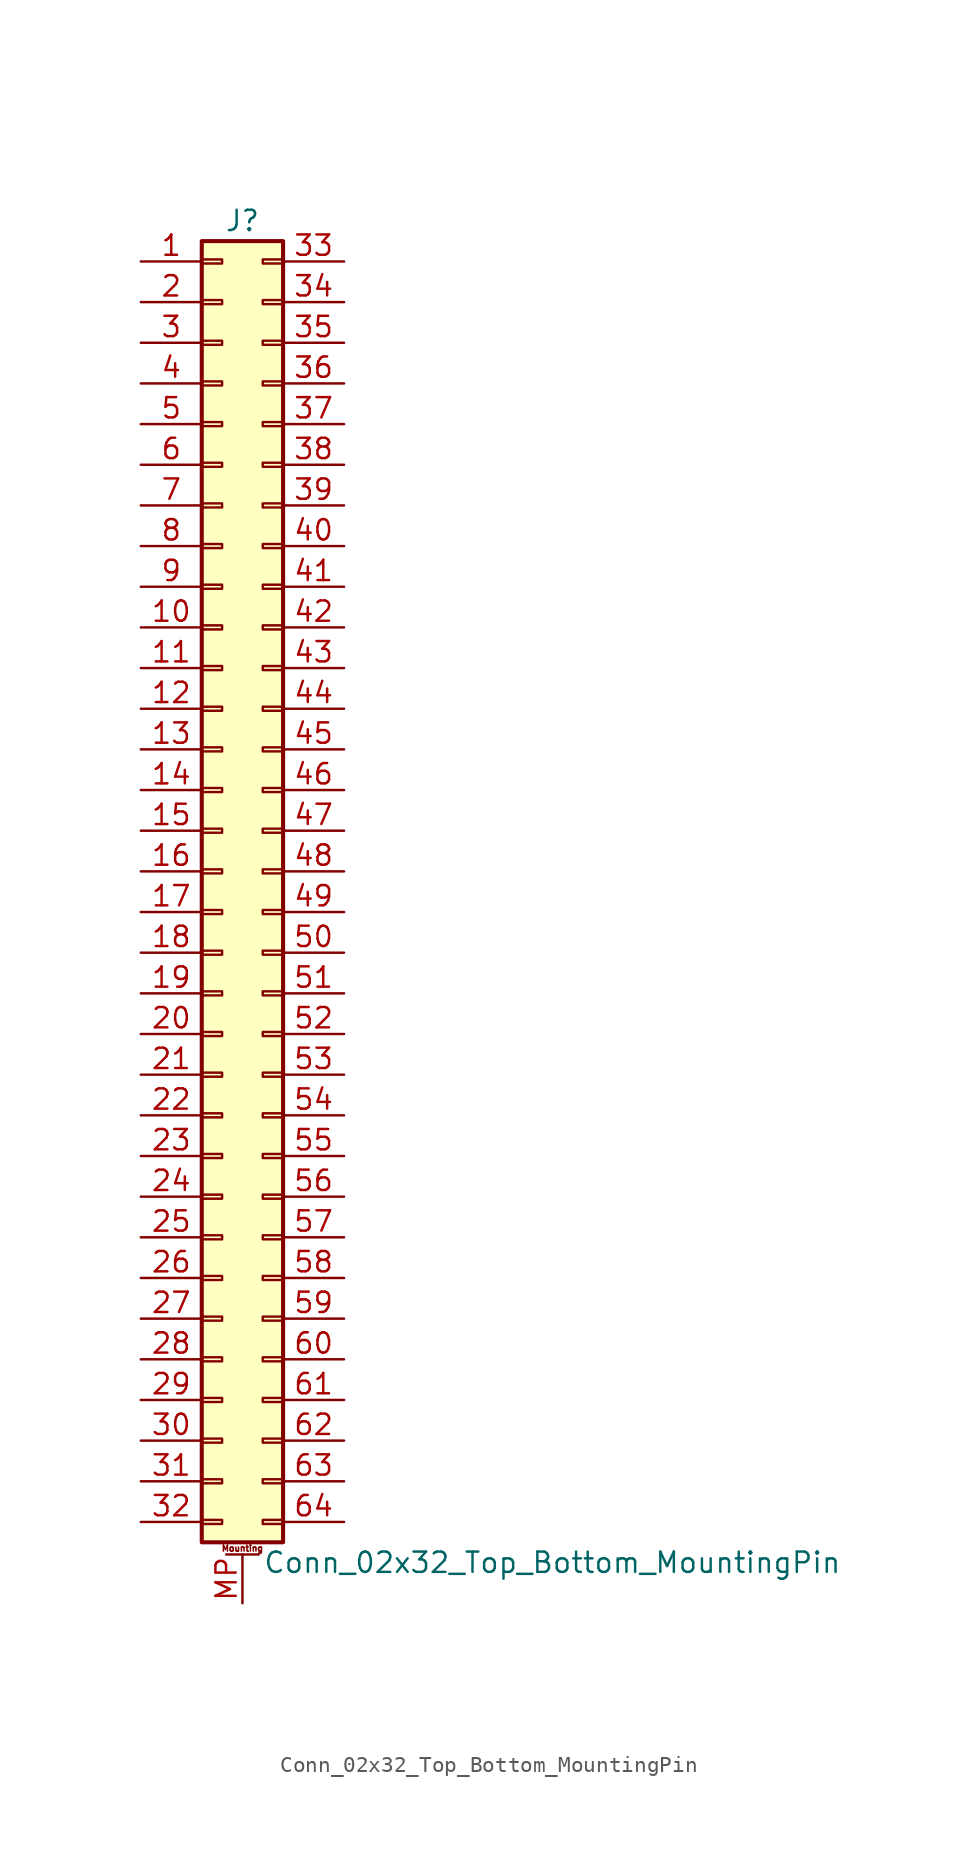
<source format=kicad_sym>
(kicad_symbol_lib
  (version 20211014)
  (generator kicad_symbol_editor)
  (symbol "Conn_02x32_Top_Bottom_MountingPin"
    (pin_names
      (offset 1.016) hide)
    (property "Reference" "J"
      (at 1.27 40.64 0)
      (effects (font (size 1.27 1.27))))
    (property "Value" "Conn_02x32_Top_Bottom_MountingPin"
      (at 2.54 -43.18 0)
      (effects (font (size 1.27 1.27)) (justify left)))
    (symbol "Conn_02x32_Top_Bottom_MountingPin_1_1"
      (rectangle (start -1.27 -40.513) (end 0 -40.767) (stroke (width 0.152) (type default) (color 0 0 0 0)) (fill (type none)))
      (rectangle (start -1.27 -37.973) (end 0 -38.227) (stroke (width 0.152) (type default) (color 0 0 0 0)) (fill (type none)))
      (rectangle (start -1.27 -35.433) (end 0 -35.687) (stroke (width 0.152) (type default) (color 0 0 0 0)) (fill (type none)))
      (rectangle (start -1.27 -32.893) (end 0 -33.147) (stroke (width 0.152) (type default) (color 0 0 0 0)) (fill (type none)))
      (rectangle (start -1.27 -30.353) (end 0 -30.607) (stroke (width 0.152) (type default) (color 0 0 0 0)) (fill (type none)))
      (rectangle (start -1.27 -27.813) (end 0 -28.067) (stroke (width 0.152) (type default) (color 0 0 0 0)) (fill (type none)))
      (rectangle (start -1.27 -25.273) (end 0 -25.527) (stroke (width 0.152) (type default) (color 0 0 0 0)) (fill (type none)))
      (rectangle (start -1.27 -22.733) (end 0 -22.987) (stroke (width 0.152) (type default) (color 0 0 0 0)) (fill (type none)))
      (rectangle (start -1.27 -20.193) (end 0 -20.447) (stroke (width 0.152) (type default) (color 0 0 0 0)) (fill (type none)))
      (rectangle (start -1.27 -17.653) (end 0 -17.907) (stroke (width 0.152) (type default) (color 0 0 0 0)) (fill (type none)))
      (rectangle (start -1.27 -15.113) (end 0 -15.367) (stroke (width 0.152) (type default) (color 0 0 0 0)) (fill (type none)))
      (rectangle (start -1.27 -12.573) (end 0 -12.827) (stroke (width 0.152) (type default) (color 0 0 0 0)) (fill (type none)))
      (rectangle (start -1.27 -10.033) (end 0 -10.287) (stroke (width 0.152) (type default) (color 0 0 0 0)) (fill (type none)))
      (rectangle (start -1.27 -7.493) (end 0 -7.747) (stroke (width 0.152) (type default) (color 0 0 0 0)) (fill (type none)))
      (rectangle (start -1.27 -4.953) (end 0 -5.207) (stroke (width 0.152) (type default) (color 0 0 0 0)) (fill (type none)))
      (rectangle (start -1.27 -2.413) (end 0 -2.667) (stroke (width 0.152) (type default) (color 0 0 0 0)) (fill (type none)))
      (rectangle (start -1.27 0.127) (end 0 -0.127) (stroke (width 0.152) (type default) (color 0 0 0 0)) (fill (type none)))
      (rectangle (start -1.27 2.667) (end 0 2.413) (stroke (width 0.152) (type default) (color 0 0 0 0)) (fill (type none)))
      (rectangle (start -1.27 5.207) (end 0 4.953) (stroke (width 0.152) (type default) (color 0 0 0 0)) (fill (type none)))
      (rectangle (start -1.27 7.747) (end 0 7.493) (stroke (width 0.152) (type default) (color 0 0 0 0)) (fill (type none)))
      (rectangle (start -1.27 10.287) (end 0 10.033) (stroke (width 0.152) (type default) (color 0 0 0 0)) (fill (type none)))
      (rectangle (start -1.27 12.827) (end 0 12.573) (stroke (width 0.152) (type default) (color 0 0 0 0)) (fill (type none)))
      (rectangle (start -1.27 15.367) (end 0 15.113) (stroke (width 0.152) (type default) (color 0 0 0 0)) (fill (type none)))
      (rectangle (start -1.27 17.907) (end 0 17.653) (stroke (width 0.152) (type default) (color 0 0 0 0)) (fill (type none)))
      (rectangle (start -1.27 20.447) (end 0 20.193) (stroke (width 0.152) (type default) (color 0 0 0 0)) (fill (type none)))
      (rectangle (start -1.27 22.987) (end 0 22.733) (stroke (width 0.152) (type default) (color 0 0 0 0)) (fill (type none)))
      (rectangle (start -1.27 25.527) (end 0 25.273) (stroke (width 0.152) (type default) (color 0 0 0 0)) (fill (type none)))
      (rectangle (start -1.27 28.067) (end 0 27.813) (stroke (width 0.152) (type default) (color 0 0 0 0)) (fill (type none)))
      (rectangle (start -1.27 30.607) (end 0 30.353) (stroke (width 0.152) (type default) (color 0 0 0 0)) (fill (type none)))
      (rectangle (start -1.27 33.147) (end 0 32.893) (stroke (width 0.152) (type default) (color 0 0 0 0)) (fill (type none)))
      (rectangle (start -1.27 35.687) (end 0 35.433) (stroke (width 0.152) (type default) (color 0 0 0 0)) (fill (type none)))
      (rectangle (start -1.27 38.227) (end 0 37.973) (stroke (width 0.152) (type default) (color 0 0 0 0)) (fill (type none)))
      (rectangle (start -1.27 39.37) (end 3.81 -41.91) (stroke (width 0.254) (type default) (color 0 0 0 0)) (fill (type background)))
      (polyline (pts (xy 0.254 -42.672) (xy 2.286 -42.672)) (stroke (width 0.152) (type default) (color 0 0 0 0)) (fill (type none)))
      (rectangle (start 3.81 -40.513) (end 2.54 -40.767) (stroke (width 0.152) (type default) (color 0 0 0 0)) (fill (type none)))
      (rectangle (start 3.81 -37.973) (end 2.54 -38.227) (stroke (width 0.152) (type default) (color 0 0 0 0)) (fill (type none)))
      (rectangle (start 3.81 -35.433) (end 2.54 -35.687) (stroke (width 0.152) (type default) (color 0 0 0 0)) (fill (type none)))
      (rectangle (start 3.81 -32.893) (end 2.54 -33.147) (stroke (width 0.152) (type default) (color 0 0 0 0)) (fill (type none)))
      (rectangle (start 3.81 -30.353) (end 2.54 -30.607) (stroke (width 0.152) (type default) (color 0 0 0 0)) (fill (type none)))
      (rectangle (start 3.81 -27.813) (end 2.54 -28.067) (stroke (width 0.152) (type default) (color 0 0 0 0)) (fill (type none)))
      (rectangle (start 3.81 -25.273) (end 2.54 -25.527) (stroke (width 0.152) (type default) (color 0 0 0 0)) (fill (type none)))
      (rectangle (start 3.81 -22.733) (end 2.54 -22.987) (stroke (width 0.152) (type default) (color 0 0 0 0)) (fill (type none)))
      (rectangle (start 3.81 -20.193) (end 2.54 -20.447) (stroke (width 0.152) (type default) (color 0 0 0 0)) (fill (type none)))
      (rectangle (start 3.81 -17.653) (end 2.54 -17.907) (stroke (width 0.152) (type default) (color 0 0 0 0)) (fill (type none)))
      (rectangle (start 3.81 -15.113) (end 2.54 -15.367) (stroke (width 0.152) (type default) (color 0 0 0 0)) (fill (type none)))
      (rectangle (start 3.81 -12.573) (end 2.54 -12.827) (stroke (width 0.152) (type default) (color 0 0 0 0)) (fill (type none)))
      (rectangle (start 3.81 -10.033) (end 2.54 -10.287) (stroke (width 0.152) (type default) (color 0 0 0 0)) (fill (type none)))
      (rectangle (start 3.81 -7.493) (end 2.54 -7.747) (stroke (width 0.152) (type default) (color 0 0 0 0)) (fill (type none)))
      (rectangle (start 3.81 -4.953) (end 2.54 -5.207) (stroke (width 0.152) (type default) (color 0 0 0 0)) (fill (type none)))
      (rectangle (start 3.81 -2.413) (end 2.54 -2.667) (stroke (width 0.152) (type default) (color 0 0 0 0)) (fill (type none)))
      (rectangle (start 3.81 0.127) (end 2.54 -0.127) (stroke (width 0.152) (type default) (color 0 0 0 0)) (fill (type none)))
      (rectangle (start 3.81 2.667) (end 2.54 2.413) (stroke (width 0.152) (type default) (color 0 0 0 0)) (fill (type none)))
      (rectangle (start 3.81 5.207) (end 2.54 4.953) (stroke (width 0.152) (type default) (color 0 0 0 0)) (fill (type none)))
      (rectangle (start 3.81 7.747) (end 2.54 7.493) (stroke (width 0.152) (type default) (color 0 0 0 0)) (fill (type none)))
      (rectangle (start 3.81 10.287) (end 2.54 10.033) (stroke (width 0.152) (type default) (color 0 0 0 0)) (fill (type none)))
      (rectangle (start 3.81 12.827) (end 2.54 12.573) (stroke (width 0.152) (type default) (color 0 0 0 0)) (fill (type none)))
      (rectangle (start 3.81 15.367) (end 2.54 15.113) (stroke (width 0.152) (type default) (color 0 0 0 0)) (fill (type none)))
      (rectangle (start 3.81 17.907) (end 2.54 17.653) (stroke (width 0.152) (type default) (color 0 0 0 0)) (fill (type none)))
      (rectangle (start 3.81 20.447) (end 2.54 20.193) (stroke (width 0.152) (type default) (color 0 0 0 0)) (fill (type none)))
      (rectangle (start 3.81 22.987) (end 2.54 22.733) (stroke (width 0.152) (type default) (color 0 0 0 0)) (fill (type none)))
      (rectangle (start 3.81 25.527) (end 2.54 25.273) (stroke (width 0.152) (type default) (color 0 0 0 0)) (fill (type none)))
      (rectangle (start 3.81 28.067) (end 2.54 27.813) (stroke (width 0.152) (type default) (color 0 0 0 0)) (fill (type none)))
      (rectangle (start 3.81 30.607) (end 2.54 30.353) (stroke (width 0.152) (type default) (color 0 0 0 0)) (fill (type none)))
      (rectangle (start 3.81 33.147) (end 2.54 32.893) (stroke (width 0.152) (type default) (color 0 0 0 0)) (fill (type none)))
      (rectangle (start 3.81 35.687) (end 2.54 35.433) (stroke (width 0.152) (type default) (color 0 0 0 0)) (fill (type none)))
      (rectangle (start 3.81 38.227) (end 2.54 37.973) (stroke (width 0.152) (type default) (color 0 0 0 0)) (fill (type none)))
      (text "Mounting" (at 1.27 -42.291 0) (effects (font (size 0.381 0.381))))
      (pin passive line (at -5.08 38.1 0) (length 3.81) (name "Pin_1" (effects (font (size 1.27 1.27)))) (number "1" (effects (font (size 1.27 1.27)))))
      (pin passive line (at -5.08 15.24 0) (length 3.81) (name "Pin_10" (effects (font (size 1.27 1.27)))) (number "10" (effects (font (size 1.27 1.27)))))
      (pin passive line (at -5.08 12.7 0) (length 3.81) (name "Pin_11" (effects (font (size 1.27 1.27)))) (number "11" (effects (font (size 1.27 1.27)))))
      (pin passive line (at -5.08 10.16 0) (length 3.81) (name "Pin_12" (effects (font (size 1.27 1.27)))) (number "12" (effects (font (size 1.27 1.27)))))
      (pin passive line (at -5.08 7.62 0) (length 3.81) (name "Pin_13" (effects (font (size 1.27 1.27)))) (number "13" (effects (font (size 1.27 1.27)))))
      (pin passive line (at -5.08 5.08 0) (length 3.81) (name "Pin_14" (effects (font (size 1.27 1.27)))) (number "14" (effects (font (size 1.27 1.27)))))
      (pin passive line (at -5.08 2.54 0) (length 3.81) (name "Pin_15" (effects (font (size 1.27 1.27)))) (number "15" (effects (font (size 1.27 1.27)))))
      (pin passive line (at -5.08 0 0) (length 3.81) (name "Pin_16" (effects (font (size 1.27 1.27)))) (number "16" (effects (font (size 1.27 1.27)))))
      (pin passive line (at -5.08 -2.54 0) (length 3.81) (name "Pin_17" (effects (font (size 1.27 1.27)))) (number "17" (effects (font (size 1.27 1.27)))))
      (pin passive line (at -5.08 -5.08 0) (length 3.81) (name "Pin_18" (effects (font (size 1.27 1.27)))) (number "18" (effects (font (size 1.27 1.27)))))
      (pin passive line (at -5.08 -7.62 0) (length 3.81) (name "Pin_19" (effects (font (size 1.27 1.27)))) (number "19" (effects (font (size 1.27 1.27)))))
      (pin passive line (at -5.08 35.56 0) (length 3.81) (name "Pin_2" (effects (font (size 1.27 1.27)))) (number "2" (effects (font (size 1.27 1.27)))))
      (pin passive line (at -5.08 -10.16 0) (length 3.81) (name "Pin_20" (effects (font (size 1.27 1.27)))) (number "20" (effects (font (size 1.27 1.27)))))
      (pin passive line (at -5.08 -12.7 0) (length 3.81) (name "Pin_21" (effects (font (size 1.27 1.27)))) (number "21" (effects (font (size 1.27 1.27)))))
      (pin passive line (at -5.08 -15.24 0) (length 3.81) (name "Pin_22" (effects (font (size 1.27 1.27)))) (number "22" (effects (font (size 1.27 1.27)))))
      (pin passive line (at -5.08 -17.78 0) (length 3.81) (name "Pin_23" (effects (font (size 1.27 1.27)))) (number "23" (effects (font (size 1.27 1.27)))))
      (pin passive line (at -5.08 -20.32 0) (length 3.81) (name "Pin_24" (effects (font (size 1.27 1.27)))) (number "24" (effects (font (size 1.27 1.27)))))
      (pin passive line (at -5.08 -22.86 0) (length 3.81) (name "Pin_25" (effects (font (size 1.27 1.27)))) (number "25" (effects (font (size 1.27 1.27)))))
      (pin passive line (at -5.08 -25.4 0) (length 3.81) (name "Pin_26" (effects (font (size 1.27 1.27)))) (number "26" (effects (font (size 1.27 1.27)))))
      (pin passive line (at -5.08 -27.94 0) (length 3.81) (name "Pin_27" (effects (font (size 1.27 1.27)))) (number "27" (effects (font (size 1.27 1.27)))))
      (pin passive line (at -5.08 -30.48 0) (length 3.81) (name "Pin_28" (effects (font (size 1.27 1.27)))) (number "28" (effects (font (size 1.27 1.27)))))
      (pin passive line (at -5.08 -33.02 0) (length 3.81) (name "Pin_29" (effects (font (size 1.27 1.27)))) (number "29" (effects (font (size 1.27 1.27)))))
      (pin passive line (at -5.08 33.02 0) (length 3.81) (name "Pin_3" (effects (font (size 1.27 1.27)))) (number "3" (effects (font (size 1.27 1.27)))))
      (pin passive line (at -5.08 -35.56 0) (length 3.81) (name "Pin_30" (effects (font (size 1.27 1.27)))) (number "30" (effects (font (size 1.27 1.27)))))
      (pin passive line (at -5.08 -38.1 0) (length 3.81) (name "Pin_31" (effects (font (size 1.27 1.27)))) (number "31" (effects (font (size 1.27 1.27)))))
      (pin passive line (at -5.08 -40.64 0) (length 3.81) (name "Pin_32" (effects (font (size 1.27 1.27)))) (number "32" (effects (font (size 1.27 1.27)))))
      (pin passive line (at 7.62 38.1 180) (length 3.81) (name "Pin_33" (effects (font (size 1.27 1.27)))) (number "33" (effects (font (size 1.27 1.27)))))
      (pin passive line (at 7.62 35.56 180) (length 3.81) (name "Pin_34" (effects (font (size 1.27 1.27)))) (number "34" (effects (font (size 1.27 1.27)))))
      (pin passive line (at 7.62 33.02 180) (length 3.81) (name "Pin_35" (effects (font (size 1.27 1.27)))) (number "35" (effects (font (size 1.27 1.27)))))
      (pin passive line (at 7.62 30.48 180) (length 3.81) (name "Pin_36" (effects (font (size 1.27 1.27)))) (number "36" (effects (font (size 1.27 1.27)))))
      (pin passive line (at 7.62 27.94 180) (length 3.81) (name "Pin_37" (effects (font (size 1.27 1.27)))) (number "37" (effects (font (size 1.27 1.27)))))
      (pin passive line (at 7.62 25.4 180) (length 3.81) (name "Pin_38" (effects (font (size 1.27 1.27)))) (number "38" (effects (font (size 1.27 1.27)))))
      (pin passive line (at 7.62 22.86 180) (length 3.81) (name "Pin_39" (effects (font (size 1.27 1.27)))) (number "39" (effects (font (size 1.27 1.27)))))
      (pin passive line (at -5.08 30.48 0) (length 3.81) (name "Pin_4" (effects (font (size 1.27 1.27)))) (number "4" (effects (font (size 1.27 1.27)))))
      (pin passive line (at 7.62 20.32 180) (length 3.81) (name "Pin_40" (effects (font (size 1.27 1.27)))) (number "40" (effects (font (size 1.27 1.27)))))
      (pin passive line (at 7.62 17.78 180) (length 3.81) (name "Pin_41" (effects (font (size 1.27 1.27)))) (number "41" (effects (font (size 1.27 1.27)))))
      (pin passive line (at 7.62 15.24 180) (length 3.81) (name "Pin_42" (effects (font (size 1.27 1.27)))) (number "42" (effects (font (size 1.27 1.27)))))
      (pin passive line (at 7.62 12.7 180) (length 3.81) (name "Pin_43" (effects (font (size 1.27 1.27)))) (number "43" (effects (font (size 1.27 1.27)))))
      (pin passive line (at 7.62 10.16 180) (length 3.81) (name "Pin_44" (effects (font (size 1.27 1.27)))) (number "44" (effects (font (size 1.27 1.27)))))
      (pin passive line (at 7.62 7.62 180) (length 3.81) (name "Pin_45" (effects (font (size 1.27 1.27)))) (number "45" (effects (font (size 1.27 1.27)))))
      (pin passive line (at 7.62 5.08 180) (length 3.81) (name "Pin_46" (effects (font (size 1.27 1.27)))) (number "46" (effects (font (size 1.27 1.27)))))
      (pin passive line (at 7.62 2.54 180) (length 3.81) (name "Pin_47" (effects (font (size 1.27 1.27)))) (number "47" (effects (font (size 1.27 1.27)))))
      (pin passive line (at 7.62 0 180) (length 3.81) (name "Pin_48" (effects (font (size 1.27 1.27)))) (number "48" (effects (font (size 1.27 1.27)))))
      (pin passive line (at 7.62 -2.54 180) (length 3.81) (name "Pin_49" (effects (font (size 1.27 1.27)))) (number "49" (effects (font (size 1.27 1.27)))))
      (pin passive line (at -5.08 27.94 0) (length 3.81) (name "Pin_5" (effects (font (size 1.27 1.27)))) (number "5" (effects (font (size 1.27 1.27)))))
      (pin passive line (at 7.62 -5.08 180) (length 3.81) (name "Pin_50" (effects (font (size 1.27 1.27)))) (number "50" (effects (font (size 1.27 1.27)))))
      (pin passive line (at 7.62 -7.62 180) (length 3.81) (name "Pin_51" (effects (font (size 1.27 1.27)))) (number "51" (effects (font (size 1.27 1.27)))))
      (pin passive line (at 7.62 -10.16 180) (length 3.81) (name "Pin_52" (effects (font (size 1.27 1.27)))) (number "52" (effects (font (size 1.27 1.27)))))
      (pin passive line (at 7.62 -12.7 180) (length 3.81) (name "Pin_53" (effects (font (size 1.27 1.27)))) (number "53" (effects (font (size 1.27 1.27)))))
      (pin passive line (at 7.62 -15.24 180) (length 3.81) (name "Pin_54" (effects (font (size 1.27 1.27)))) (number "54" (effects (font (size 1.27 1.27)))))
      (pin passive line (at 7.62 -17.78 180) (length 3.81) (name "Pin_55" (effects (font (size 1.27 1.27)))) (number "55" (effects (font (size 1.27 1.27)))))
      (pin passive line (at 7.62 -20.32 180) (length 3.81) (name "Pin_56" (effects (font (size 1.27 1.27)))) (number "56" (effects (font (size 1.27 1.27)))))
      (pin passive line (at 7.62 -22.86 180) (length 3.81) (name "Pin_57" (effects (font (size 1.27 1.27)))) (number "57" (effects (font (size 1.27 1.27)))))
      (pin passive line (at 7.62 -25.4 180) (length 3.81) (name "Pin_58" (effects (font (size 1.27 1.27)))) (number "58" (effects (font (size 1.27 1.27)))))
      (pin passive line (at 7.62 -27.94 180) (length 3.81) (name "Pin_59" (effects (font (size 1.27 1.27)))) (number "59" (effects (font (size 1.27 1.27)))))
      (pin passive line (at -5.08 25.4 0) (length 3.81) (name "Pin_6" (effects (font (size 1.27 1.27)))) (number "6" (effects (font (size 1.27 1.27)))))
      (pin passive line (at 7.62 -30.48 180) (length 3.81) (name "Pin_60" (effects (font (size 1.27 1.27)))) (number "60" (effects (font (size 1.27 1.27)))))
      (pin passive line (at 7.62 -33.02 180) (length 3.81) (name "Pin_61" (effects (font (size 1.27 1.27)))) (number "61" (effects (font (size 1.27 1.27)))))
      (pin passive line (at 7.62 -35.56 180) (length 3.81) (name "Pin_62" (effects (font (size 1.27 1.27)))) (number "62" (effects (font (size 1.27 1.27)))))
      (pin passive line (at 7.62 -38.1 180) (length 3.81) (name "Pin_63" (effects (font (size 1.27 1.27)))) (number "63" (effects (font (size 1.27 1.27)))))
      (pin passive line (at 7.62 -40.64 180) (length 3.81) (name "Pin_64" (effects (font (size 1.27 1.27)))) (number "64" (effects (font (size 1.27 1.27)))))
      (pin passive line (at -5.08 22.86 0) (length 3.81) (name "Pin_7" (effects (font (size 1.27 1.27)))) (number "7" (effects (font (size 1.27 1.27)))))
      (pin passive line (at -5.08 20.32 0) (length 3.81) (name "Pin_8" (effects (font (size 1.27 1.27)))) (number "8" (effects (font (size 1.27 1.27)))))
      (pin passive line (at -5.08 17.78 0) (length 3.81) (name "Pin_9" (effects (font (size 1.27 1.27)))) (number "9" (effects (font (size 1.27 1.27)))))
      (pin passive line (at 1.27 -45.72 90) (length 3.048) (name "MountPin" (effects (font (size 1.27 1.27)))) (number "MP" (effects (font (size 1.27 1.27))))))))
</source>
